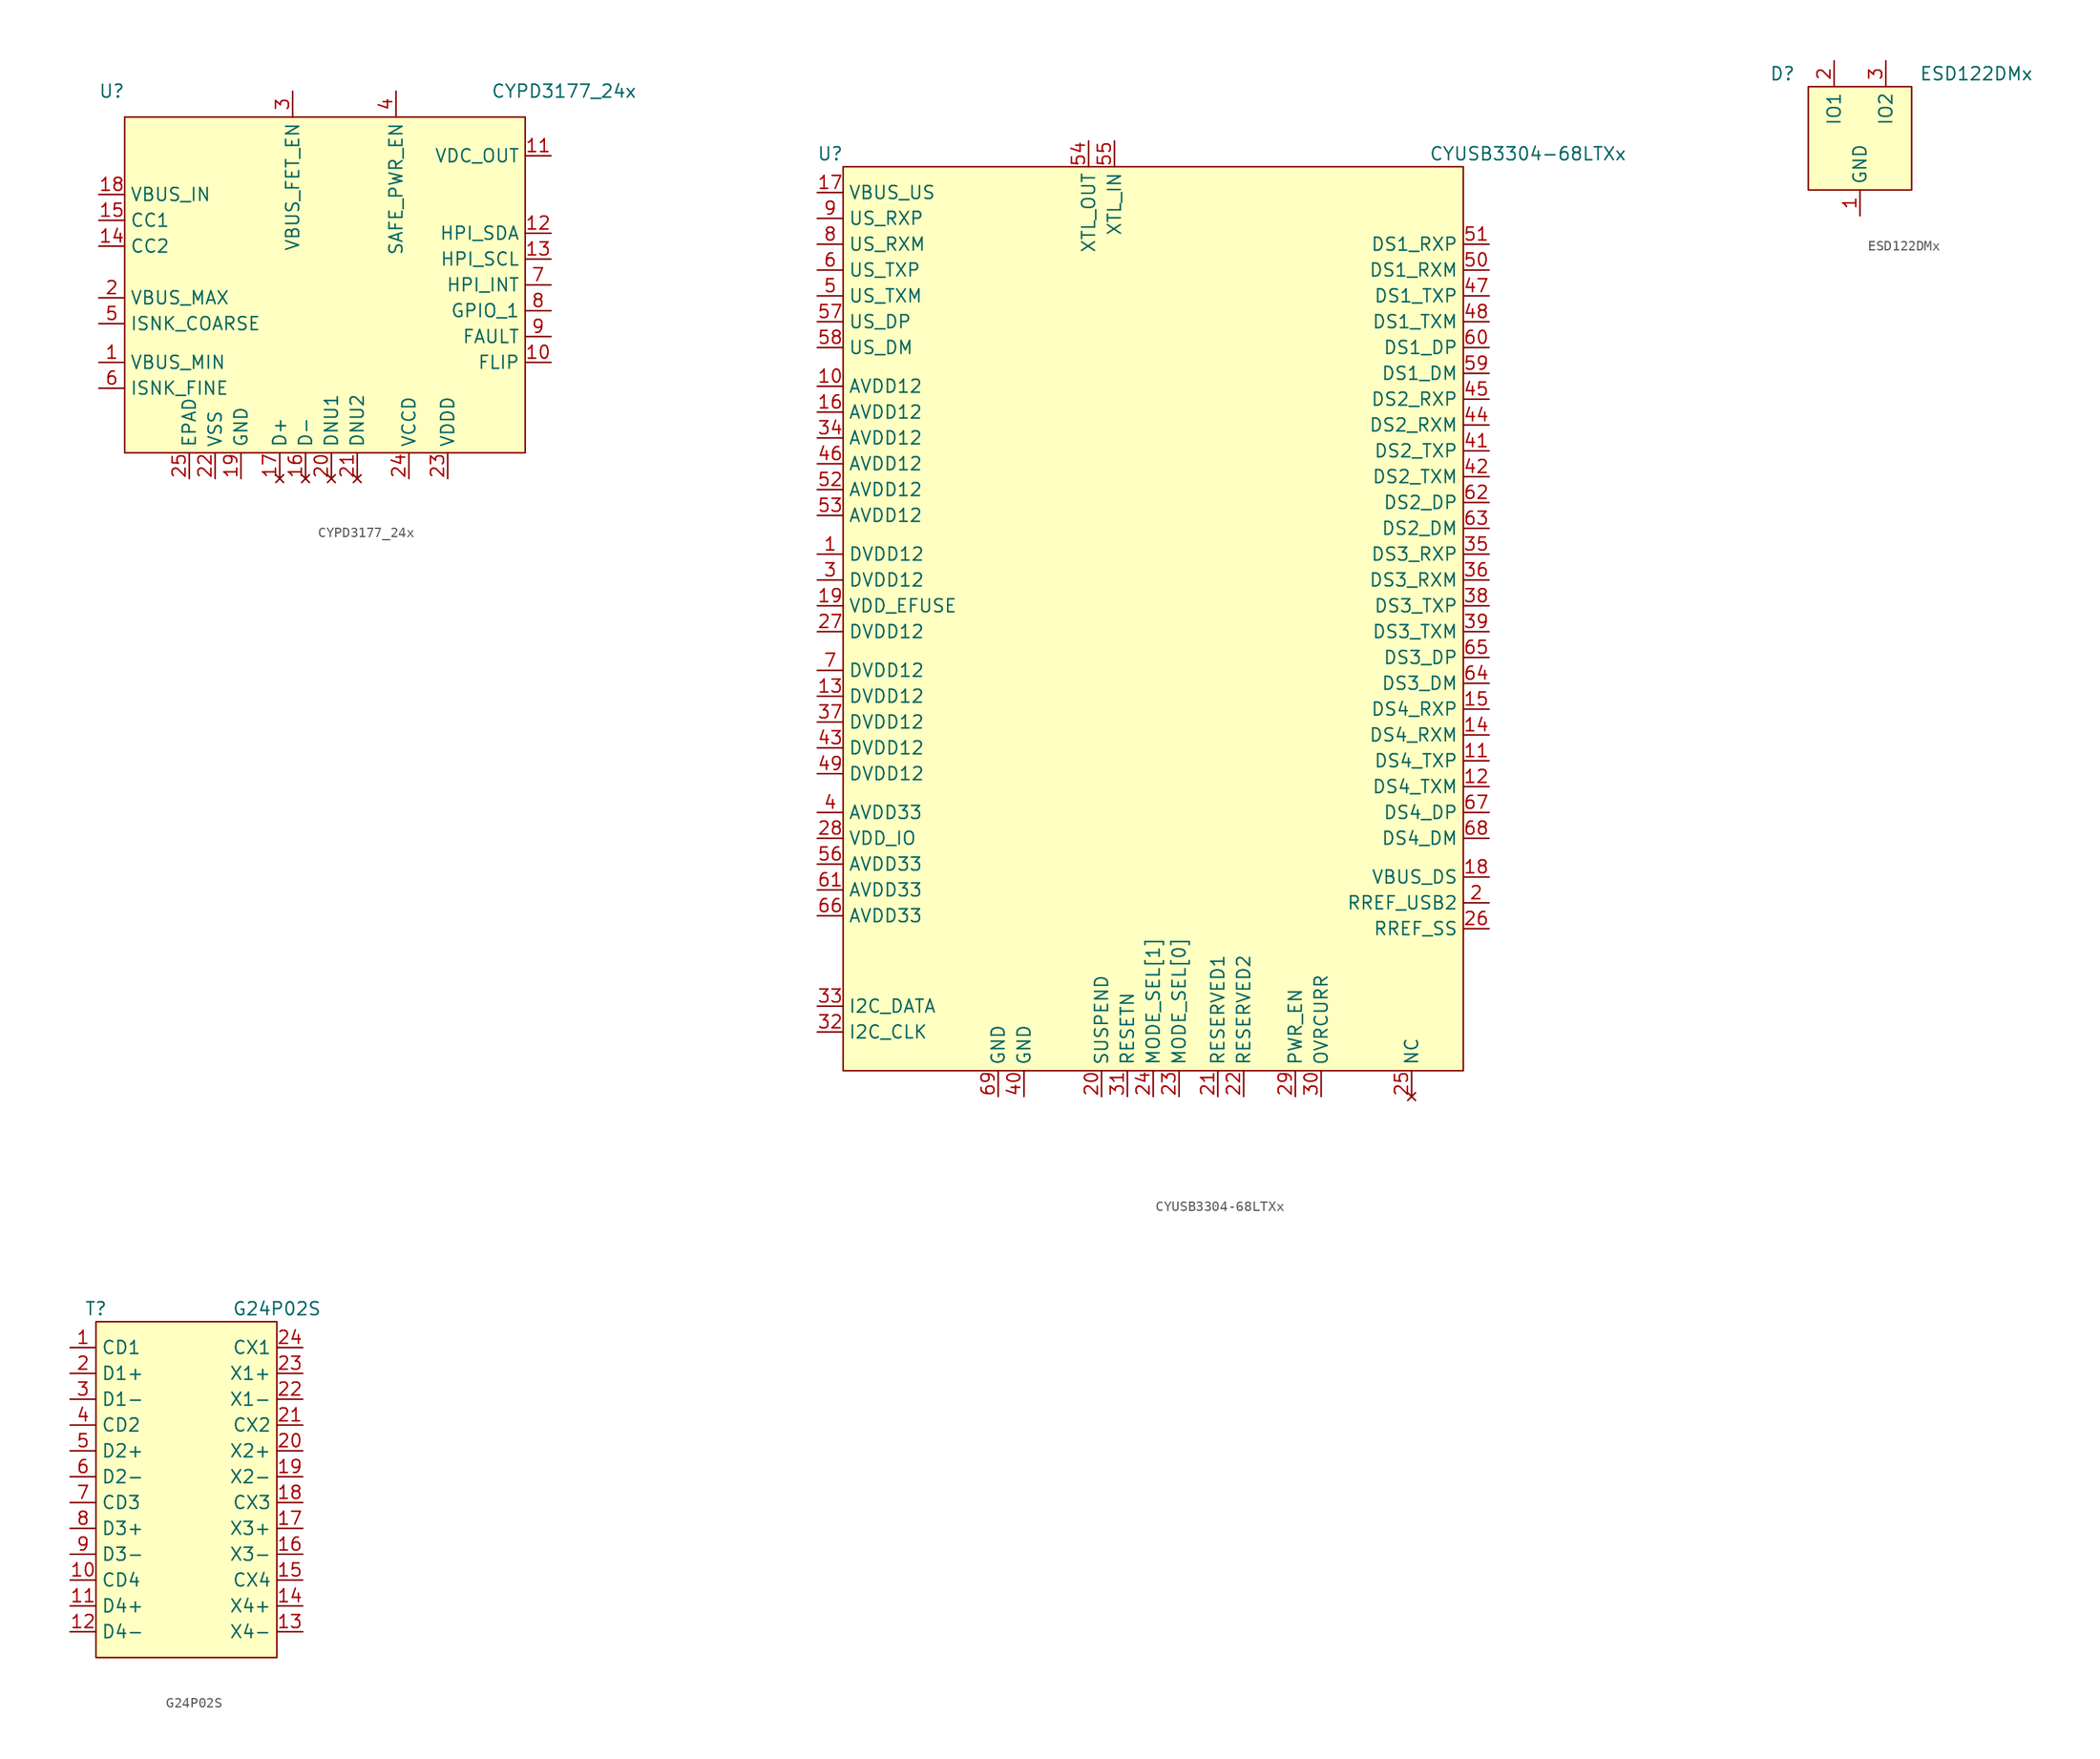
<source format=kicad_sym>
(kicad_symbol_lib
  (version 20231120)
  (generator "kicad_symbol_editor")
  (generator_version "8.0")
  (symbol "CYPD3177_24x"
    (property "Reference" "U"
      (at -24.13 15.24 0)
      (effects (font (size 1.27 1.27))))
    (property "Value" "CYPD3177_24x"
      (at 20.32 15.24 0)
      (effects (font (size 1.27 1.27))))
    (symbol "CYPD3177_24x_1_1"
      (rectangle (start -22.86 12.7) (end 16.51 -20.32) (stroke (width 0) (type default)) (fill (type background)))
      (pin input line (at -25.4 -11.43 0) (length 2.54) (name "VBUS_MIN" (effects (font (size 1.27 1.27)))) (number "1" (effects (font (size 1.27 1.27)))))
      (pin bidirectional line (at 19.05 -11.43 180) (length 2.54) (name "FLIP" (effects (font (size 1.27 1.27)))) (number "10" (effects (font (size 1.27 1.27)))))
      (pin power_out line (at 19.05 8.89 180) (length 2.54) (name "VDC_OUT" (effects (font (size 1.27 1.27)))) (number "11" (effects (font (size 1.27 1.27)))))
      (pin bidirectional line (at 19.05 1.27 180) (length 2.54) (name "HPI_SDA" (effects (font (size 1.27 1.27)))) (number "12" (effects (font (size 1.27 1.27)))))
      (pin input line (at 19.05 -1.27 180) (length 2.54) (name "HPI_SCL" (effects (font (size 1.27 1.27)))) (number "13" (effects (font (size 1.27 1.27)))))
      (pin bidirectional line (at -25.4 0 0) (length 2.54) (name "CC2" (effects (font (size 1.27 1.27)))) (number "14" (effects (font (size 1.27 1.27)))))
      (pin bidirectional line (at -25.4 2.54 0) (length 2.54) (name "CC1" (effects (font (size 1.27 1.27)))) (number "15" (effects (font (size 1.27 1.27)))))
      (pin no_connect line (at -5.08 -22.86 90) (length 2.54) (name "D-" (effects (font (size 1.27 1.27)))) (number "16" (effects (font (size 1.27 1.27)))))
      (pin no_connect line (at -7.62 -22.86 90) (length 2.54) (name "D+" (effects (font (size 1.27 1.27)))) (number "17" (effects (font (size 1.27 1.27)))))
      (pin power_in line (at -25.4 5.08 0) (length 2.54) (name "VBUS_IN" (effects (font (size 1.27 1.27)))) (number "18" (effects (font (size 1.27 1.27)))))
      (pin power_in line (at -11.43 -22.86 90) (length 2.54) (name "GND" (effects (font (size 1.27 1.27)))) (number "19" (effects (font (size 1.27 1.27)))))
      (pin input line (at -25.4 -5.08 0) (length 2.54) (name "VBUS_MAX" (effects (font (size 1.27 1.27)))) (number "2" (effects (font (size 1.27 1.27)))))
      (pin no_connect line (at -2.54 -22.86 90) (length 2.54) (name "DNU1" (effects (font (size 1.27 1.27)))) (number "20" (effects (font (size 1.27 1.27)))))
      (pin no_connect line (at 0 -22.86 90) (length 2.54) (name "DNU2" (effects (font (size 1.27 1.27)))) (number "21" (effects (font (size 1.27 1.27)))))
      (pin power_in line (at -13.97 -22.86 90) (length 2.54) (name "VSS" (effects (font (size 1.27 1.27)))) (number "22" (effects (font (size 1.27 1.27)))))
      (pin power_out line (at 8.89 -22.86 90) (length 2.54) (name "VDDD" (effects (font (size 1.27 1.27)))) (number "23" (effects (font (size 1.27 1.27)))))
      (pin power_out line (at 5.08 -22.86 90) (length 2.54) (name "VCCD" (effects (font (size 1.27 1.27)))) (number "24" (effects (font (size 1.27 1.27)))))
      (pin power_in line (at -16.51 -22.86 90) (length 2.54) (name "EPAD" (effects (font (size 1.27 1.27)))) (number "25" (effects (font (size 1.27 1.27)))))
      (pin output line (at -6.35 15.24 270) (length 2.54) (name "VBUS_FET_EN" (effects (font (size 1.27 1.27)))) (number "3" (effects (font (size 1.27 1.27)))))
      (pin output line (at 3.81 15.24 270) (length 2.54) (name "SAFE_PWR_EN" (effects (font (size 1.27 1.27)))) (number "4" (effects (font (size 1.27 1.27)))))
      (pin input line (at -25.4 -7.62 0) (length 2.54) (name "ISNK_COARSE" (effects (font (size 1.27 1.27)))) (number "5" (effects (font (size 1.27 1.27)))))
      (pin input line (at -25.4 -13.97 0) (length 2.54) (name "ISNK_FINE" (effects (font (size 1.27 1.27)))) (number "6" (effects (font (size 1.27 1.27)))))
      (pin input line (at 19.05 -3.81 180) (length 2.54) (name "HPI_INT" (effects (font (size 1.27 1.27)))) (number "7" (effects (font (size 1.27 1.27)))))
      (pin bidirectional line (at 19.05 -6.35 180) (length 2.54) (name "GPIO_1" (effects (font (size 1.27 1.27)))) (number "8" (effects (font (size 1.27 1.27)))))
      (pin output line (at 19.05 -8.89 180) (length 2.54) (name "FAULT" (effects (font (size 1.27 1.27)))) (number "9" (effects (font (size 1.27 1.27)))))))
  (symbol "CYUSB3304-68LTXx"
    (property "Reference" "U"
      (at -31.75 45.72 0)
      (effects (font (size 1.27 1.27))))
    (property "Value" "CYUSB3304-68LTXx"
      (at 36.83 45.72 0)
      (effects (font (size 1.27 1.27))))
    (symbol "CYUSB3304-68LTXx_1_1"
      (rectangle (start -30.48 44.45) (end 30.48 -44.45) (stroke (width 0) (type default)) (fill (type background)))
      (pin power_in line (at -33.02 6.35 0) (length 2.54) (name "DVDD12" (effects (font (size 1.27 1.27)))) (number "1" (effects (font (size 1.27 1.27)))))
      (pin power_in line (at -33.02 22.86 0) (length 2.54) (name "AVDD12" (effects (font (size 1.27 1.27)))) (number "10" (effects (font (size 1.27 1.27)))))
      (pin output line (at 33.02 -13.97 180) (length 2.54) (name "DS4_TXP" (effects (font (size 1.27 1.27)))) (number "11" (effects (font (size 1.27 1.27)))))
      (pin output line (at 33.02 -16.51 180) (length 2.54) (name "DS4_TXM" (effects (font (size 1.27 1.27)))) (number "12" (effects (font (size 1.27 1.27)))))
      (pin power_in line (at -33.02 -7.62 0) (length 2.54) (name "DVDD12" (effects (font (size 1.27 1.27)))) (number "13" (effects (font (size 1.27 1.27)))))
      (pin input line (at 33.02 -11.43 180) (length 2.54) (name "DS4_RXM" (effects (font (size 1.27 1.27)))) (number "14" (effects (font (size 1.27 1.27)))))
      (pin input line (at 33.02 -8.89 180) (length 2.54) (name "DS4_RXP" (effects (font (size 1.27 1.27)))) (number "15" (effects (font (size 1.27 1.27)))))
      (pin power_in line (at -33.02 20.32 0) (length 2.54) (name "AVDD12" (effects (font (size 1.27 1.27)))) (number "16" (effects (font (size 1.27 1.27)))))
      (pin power_in line (at -33.02 41.91 0) (length 2.54) (name "VBUS_US" (effects (font (size 1.27 1.27)))) (number "17" (effects (font (size 1.27 1.27)))))
      (pin power_in line (at 33.02 -25.4 180) (length 2.54) (name "VBUS_DS" (effects (font (size 1.27 1.27)))) (number "18" (effects (font (size 1.27 1.27)))))
      (pin power_in line (at -33.02 1.27 0) (length 2.54) (name "VDD_EFUSE" (effects (font (size 1.27 1.27)))) (number "19" (effects (font (size 1.27 1.27)))))
      (pin power_out line (at 33.02 -27.94 180) (length 2.54) (name "RREF_USB2" (effects (font (size 1.27 1.27)))) (number "2" (effects (font (size 1.27 1.27)))))
      (pin bidirectional line (at -5.08 -46.99 90) (length 2.54) (name "SUSPEND" (effects (font (size 1.27 1.27)))) (number "20" (effects (font (size 1.27 1.27)))))
      (pin bidirectional line (at 6.35 -46.99 90) (length 2.54) (name "RESERVED1" (effects (font (size 1.27 1.27)))) (number "21" (effects (font (size 1.27 1.27)))))
      (pin input line (at 8.89 -46.99 90) (length 2.54) (name "RESERVED2" (effects (font (size 1.27 1.27)))) (number "22" (effects (font (size 1.27 1.27)))))
      (pin input line (at 2.54 -46.99 90) (length 2.54) (name "MODE_SEL[0]" (effects (font (size 1.27 1.27)))) (number "23" (effects (font (size 1.27 1.27)))))
      (pin input line (at 0 -46.99 90) (length 2.54) (name "MODE_SEL[1]" (effects (font (size 1.27 1.27)))) (number "24" (effects (font (size 1.27 1.27)))))
      (pin no_connect line (at 25.4 -46.99 90) (length 2.54) (name "NC" (effects (font (size 1.27 1.27)))) (number "25" (effects (font (size 1.27 1.27)))))
      (pin passive line (at 33.02 -30.48 180) (length 2.54) (name "RREF_SS" (effects (font (size 1.27 1.27)))) (number "26" (effects (font (size 1.27 1.27)))))
      (pin power_in line (at -33.02 -1.27 0) (length 2.54) (name "DVDD12" (effects (font (size 1.27 1.27)))) (number "27" (effects (font (size 1.27 1.27)))))
      (pin power_in line (at -33.02 -21.59 0) (length 2.54) (name "VDD_IO" (effects (font (size 1.27 1.27)))) (number "28" (effects (font (size 1.27 1.27)))))
      (pin bidirectional line (at 13.97 -46.99 90) (length 2.54) (name "PWR_EN" (effects (font (size 1.27 1.27)))) (number "29" (effects (font (size 1.27 1.27)))))
      (pin power_in line (at -33.02 3.81 0) (length 2.54) (name "DVDD12" (effects (font (size 1.27 1.27)))) (number "3" (effects (font (size 1.27 1.27)))))
      (pin passive line (at 16.51 -46.99 90) (length 2.54) (name "OVRCURR" (effects (font (size 1.27 1.27)))) (number "30" (effects (font (size 1.27 1.27)))))
      (pin input line (at -2.54 -46.99 90) (length 2.54) (name "RESETN" (effects (font (size 1.27 1.27)))) (number "31" (effects (font (size 1.27 1.27)))))
      (pin bidirectional line (at -33.02 -40.64 0) (length 2.54) (name "I2C_CLK" (effects (font (size 1.27 1.27)))) (number "32" (effects (font (size 1.27 1.27)))))
      (pin bidirectional line (at -33.02 -38.1 0) (length 2.54) (name "I2C_DATA" (effects (font (size 1.27 1.27)))) (number "33" (effects (font (size 1.27 1.27)))))
      (pin power_in line (at -33.02 17.78 0) (length 2.54) (name "AVDD12" (effects (font (size 1.27 1.27)))) (number "34" (effects (font (size 1.27 1.27)))))
      (pin input line (at 33.02 6.35 180) (length 2.54) (name "DS3_RXP" (effects (font (size 1.27 1.27)))) (number "35" (effects (font (size 1.27 1.27)))))
      (pin input line (at 33.02 3.81 180) (length 2.54) (name "DS3_RXM" (effects (font (size 1.27 1.27)))) (number "36" (effects (font (size 1.27 1.27)))))
      (pin power_in line (at -33.02 -10.16 0) (length 2.54) (name "DVDD12" (effects (font (size 1.27 1.27)))) (number "37" (effects (font (size 1.27 1.27)))))
      (pin output line (at 33.02 1.27 180) (length 2.54) (name "DS3_TXP" (effects (font (size 1.27 1.27)))) (number "38" (effects (font (size 1.27 1.27)))))
      (pin output line (at 33.02 -1.27 180) (length 2.54) (name "DS3_TXM" (effects (font (size 1.27 1.27)))) (number "39" (effects (font (size 1.27 1.27)))))
      (pin power_in line (at -33.02 -19.05 0) (length 2.54) (name "AVDD33" (effects (font (size 1.27 1.27)))) (number "4" (effects (font (size 1.27 1.27)))))
      (pin power_in line (at -12.7 -46.99 90) (length 2.54) (name "GND" (effects (font (size 1.27 1.27)))) (number "40" (effects (font (size 1.27 1.27)))))
      (pin output line (at 33.02 16.51 180) (length 2.54) (name "DS2_TXP" (effects (font (size 1.27 1.27)))) (number "41" (effects (font (size 1.27 1.27)))))
      (pin output line (at 33.02 13.97 180) (length 2.54) (name "DS2_TXM" (effects (font (size 1.27 1.27)))) (number "42" (effects (font (size 1.27 1.27)))))
      (pin power_in line (at -33.02 -12.7 0) (length 2.54) (name "DVDD12" (effects (font (size 1.27 1.27)))) (number "43" (effects (font (size 1.27 1.27)))))
      (pin input line (at 33.02 19.05 180) (length 2.54) (name "DS2_RXM" (effects (font (size 1.27 1.27)))) (number "44" (effects (font (size 1.27 1.27)))))
      (pin input line (at 33.02 21.59 180) (length 2.54) (name "DS2_RXP" (effects (font (size 1.27 1.27)))) (number "45" (effects (font (size 1.27 1.27)))))
      (pin power_in line (at -33.02 15.24 0) (length 2.54) (name "AVDD12" (effects (font (size 1.27 1.27)))) (number "46" (effects (font (size 1.27 1.27)))))
      (pin output line (at 33.02 31.75 180) (length 2.54) (name "DS1_TXP" (effects (font (size 1.27 1.27)))) (number "47" (effects (font (size 1.27 1.27)))))
      (pin output line (at 33.02 29.21 180) (length 2.54) (name "DS1_TXM" (effects (font (size 1.27 1.27)))) (number "48" (effects (font (size 1.27 1.27)))))
      (pin power_in line (at -33.02 -15.24 0) (length 2.54) (name "DVDD12" (effects (font (size 1.27 1.27)))) (number "49" (effects (font (size 1.27 1.27)))))
      (pin output line (at -33.02 31.75 0) (length 2.54) (name "US_TXM" (effects (font (size 1.27 1.27)))) (number "5" (effects (font (size 1.27 1.27)))))
      (pin input line (at 33.02 34.29 180) (length 2.54) (name "DS1_RXM" (effects (font (size 1.27 1.27)))) (number "50" (effects (font (size 1.27 1.27)))))
      (pin input line (at 33.02 36.83 180) (length 2.54) (name "DS1_RXP" (effects (font (size 1.27 1.27)))) (number "51" (effects (font (size 1.27 1.27)))))
      (pin power_in line (at -33.02 12.7 0) (length 2.54) (name "AVDD12" (effects (font (size 1.27 1.27)))) (number "52" (effects (font (size 1.27 1.27)))))
      (pin power_in line (at -33.02 10.16 0) (length 2.54) (name "AVDD12" (effects (font (size 1.27 1.27)))) (number "53" (effects (font (size 1.27 1.27)))))
      (pin output line (at -6.35 46.99 270) (length 2.54) (name "XTL_OUT" (effects (font (size 1.27 1.27)))) (number "54" (effects (font (size 1.27 1.27)))))
      (pin input line (at -3.81 46.99 270) (length 2.54) (name "XTL_IN" (effects (font (size 1.27 1.27)))) (number "55" (effects (font (size 1.27 1.27)))))
      (pin power_in line (at -33.02 -24.13 0) (length 2.54) (name "AVDD33" (effects (font (size 1.27 1.27)))) (number "56" (effects (font (size 1.27 1.27)))))
      (pin bidirectional line (at -33.02 29.21 0) (length 2.54) (name "US_DP" (effects (font (size 1.27 1.27)))) (number "57" (effects (font (size 1.27 1.27)))))
      (pin bidirectional line (at -33.02 26.67 0) (length 2.54) (name "US_DM" (effects (font (size 1.27 1.27)))) (number "58" (effects (font (size 1.27 1.27)))))
      (pin bidirectional line (at 33.02 24.13 180) (length 2.54) (name "DS1_DM" (effects (font (size 1.27 1.27)))) (number "59" (effects (font (size 1.27 1.27)))))
      (pin output line (at -33.02 34.29 0) (length 2.54) (name "US_TXP" (effects (font (size 1.27 1.27)))) (number "6" (effects (font (size 1.27 1.27)))))
      (pin bidirectional line (at 33.02 26.67 180) (length 2.54) (name "DS1_DP" (effects (font (size 1.27 1.27)))) (number "60" (effects (font (size 1.27 1.27)))))
      (pin power_in line (at -33.02 -26.67 0) (length 2.54) (name "AVDD33" (effects (font (size 1.27 1.27)))) (number "61" (effects (font (size 1.27 1.27)))))
      (pin bidirectional line (at 33.02 11.43 180) (length 2.54) (name "DS2_DP" (effects (font (size 1.27 1.27)))) (number "62" (effects (font (size 1.27 1.27)))))
      (pin bidirectional line (at 33.02 8.89 180) (length 2.54) (name "DS2_DM" (effects (font (size 1.27 1.27)))) (number "63" (effects (font (size 1.27 1.27)))))
      (pin bidirectional line (at 33.02 -6.35 180) (length 2.54) (name "DS3_DM" (effects (font (size 1.27 1.27)))) (number "64" (effects (font (size 1.27 1.27)))))
      (pin bidirectional line (at 33.02 -3.81 180) (length 2.54) (name "DS3_DP" (effects (font (size 1.27 1.27)))) (number "65" (effects (font (size 1.27 1.27)))))
      (pin power_in line (at -33.02 -29.21 0) (length 2.54) (name "AVDD33" (effects (font (size 1.27 1.27)))) (number "66" (effects (font (size 1.27 1.27)))))
      (pin bidirectional line (at 33.02 -19.05 180) (length 2.54) (name "DS4_DP" (effects (font (size 1.27 1.27)))) (number "67" (effects (font (size 1.27 1.27)))))
      (pin bidirectional line (at 33.02 -21.59 180) (length 2.54) (name "DS4_DM" (effects (font (size 1.27 1.27)))) (number "68" (effects (font (size 1.27 1.27)))))
      (pin power_in line (at -15.24 -46.99 90) (length 2.54) (name "GND" (effects (font (size 1.27 1.27)))) (number "69" (effects (font (size 1.27 1.27)))))
      (pin power_in line (at -33.02 -5.08 0) (length 2.54) (name "DVDD12" (effects (font (size 1.27 1.27)))) (number "7" (effects (font (size 1.27 1.27)))))
      (pin input line (at -33.02 36.83 0) (length 2.54) (name "US_RXM" (effects (font (size 1.27 1.27)))) (number "8" (effects (font (size 1.27 1.27)))))
      (pin input line (at -33.02 39.37 0) (length 2.54) (name "US_RXP" (effects (font (size 1.27 1.27)))) (number "9" (effects (font (size 1.27 1.27)))))))
  (symbol "ESD122DMx"
    (property "Reference" "D"
      (at -7.62 6.35 0)
      (effects (font (size 1.27 1.27))))
    (property "Value" "ESD122DMx"
      (at 11.43 6.35 0)
      (effects (font (size 1.27 1.27))))
    (symbol "ESD122DMx_1_1"
      (rectangle (start -5.08 5.08) (end 5.08 -5.08) (stroke (width 0) (type default)) (fill (type background)))
      (pin power_in line (at 0 -7.62 90) (length 2.54) (name "GND" (effects (font (size 1.27 1.27)))) (number "1" (effects (font (size 1.27 1.27)))))
      (pin bidirectional line (at -2.54 7.62 270) (length 2.54) (name "IO1" (effects (font (size 1.27 1.27)))) (number "2" (effects (font (size 1.27 1.27)))))
      (pin bidirectional line (at 2.54 7.62 270) (length 2.54) (name "IO2" (effects (font (size 1.27 1.27)))) (number "3" (effects (font (size 1.27 1.27)))))))
  (symbol "G24P02S"
    (property "Reference" "T"
      (at -8.89 17.78 0)
      (effects (font (size 1.27 1.27))))
    (property "Value" "G24P02S"
      (at 8.89 17.78 0)
      (effects (font (size 1.27 1.27))))
    (symbol "G24P02S_1_1"
      (rectangle (start -8.89 16.51) (end 8.89 -16.51) (stroke (width 0) (type default)) (fill (type background)))
      (pin bidirectional line (at -11.43 13.97 0) (length 2.54) (name "CD1" (effects (font (size 1.27 1.27)))) (number "1" (effects (font (size 1.27 1.27)))))
      (pin bidirectional line (at -11.43 -8.89 0) (length 2.54) (name "CD4" (effects (font (size 1.27 1.27)))) (number "10" (effects (font (size 1.27 1.27)))))
      (pin bidirectional line (at -11.43 -11.43 0) (length 2.54) (name "D4+" (effects (font (size 1.27 1.27)))) (number "11" (effects (font (size 1.27 1.27)))))
      (pin bidirectional line (at -11.43 -13.97 0) (length 2.54) (name "D4-" (effects (font (size 1.27 1.27)))) (number "12" (effects (font (size 1.27 1.27)))))
      (pin bidirectional line (at 11.43 -13.97 180) (length 2.54) (name "X4-" (effects (font (size 1.27 1.27)))) (number "13" (effects (font (size 1.27 1.27)))))
      (pin bidirectional line (at 11.43 -11.43 180) (length 2.54) (name "X4+" (effects (font (size 1.27 1.27)))) (number "14" (effects (font (size 1.27 1.27)))))
      (pin bidirectional line (at 11.43 -8.89 180) (length 2.54) (name "CX4" (effects (font (size 1.27 1.27)))) (number "15" (effects (font (size 1.27 1.27)))))
      (pin bidirectional line (at 11.43 -6.35 180) (length 2.54) (name "X3-" (effects (font (size 1.27 1.27)))) (number "16" (effects (font (size 1.27 1.27)))))
      (pin bidirectional line (at 11.43 -3.81 180) (length 2.54) (name "X3+" (effects (font (size 1.27 1.27)))) (number "17" (effects (font (size 1.27 1.27)))))
      (pin bidirectional line (at 11.43 -1.27 180) (length 2.54) (name "CX3" (effects (font (size 1.27 1.27)))) (number "18" (effects (font (size 1.27 1.27)))))
      (pin bidirectional line (at 11.43 1.27 180) (length 2.54) (name "X2-" (effects (font (size 1.27 1.27)))) (number "19" (effects (font (size 1.27 1.27)))))
      (pin bidirectional line (at -11.43 11.43 0) (length 2.54) (name "D1+" (effects (font (size 1.27 1.27)))) (number "2" (effects (font (size 1.27 1.27)))))
      (pin bidirectional line (at 11.43 3.81 180) (length 2.54) (name "X2+" (effects (font (size 1.27 1.27)))) (number "20" (effects (font (size 1.27 1.27)))))
      (pin bidirectional line (at 11.43 6.35 180) (length 2.54) (name "CX2" (effects (font (size 1.27 1.27)))) (number "21" (effects (font (size 1.27 1.27)))))
      (pin bidirectional line (at 11.43 8.89 180) (length 2.54) (name "X1-" (effects (font (size 1.27 1.27)))) (number "22" (effects (font (size 1.27 1.27)))))
      (pin bidirectional line (at 11.43 11.43 180) (length 2.54) (name "X1+" (effects (font (size 1.27 1.27)))) (number "23" (effects (font (size 1.27 1.27)))))
      (pin bidirectional line (at 11.43 13.97 180) (length 2.54) (name "CX1" (effects (font (size 1.27 1.27)))) (number "24" (effects (font (size 1.27 1.27)))))
      (pin bidirectional line (at -11.43 8.89 0) (length 2.54) (name "D1-" (effects (font (size 1.27 1.27)))) (number "3" (effects (font (size 1.27 1.27)))))
      (pin bidirectional line (at -11.43 6.35 0) (length 2.54) (name "CD2" (effects (font (size 1.27 1.27)))) (number "4" (effects (font (size 1.27 1.27)))))
      (pin bidirectional line (at -11.43 3.81 0) (length 2.54) (name "D2+" (effects (font (size 1.27 1.27)))) (number "5" (effects (font (size 1.27 1.27)))))
      (pin bidirectional line (at -11.43 1.27 0) (length 2.54) (name "D2-" (effects (font (size 1.27 1.27)))) (number "6" (effects (font (size 1.27 1.27)))))
      (pin bidirectional line (at -11.43 -1.27 0) (length 2.54) (name "CD3" (effects (font (size 1.27 1.27)))) (number "7" (effects (font (size 1.27 1.27)))))
      (pin bidirectional line (at -11.43 -3.81 0) (length 2.54) (name "D3+" (effects (font (size 1.27 1.27)))) (number "8" (effects (font (size 1.27 1.27)))))
      (pin bidirectional line (at -11.43 -6.35 0) (length 2.54) (name "D3-" (effects (font (size 1.27 1.27)))) (number "9" (effects (font (size 1.27 1.27))))))))
</source>
